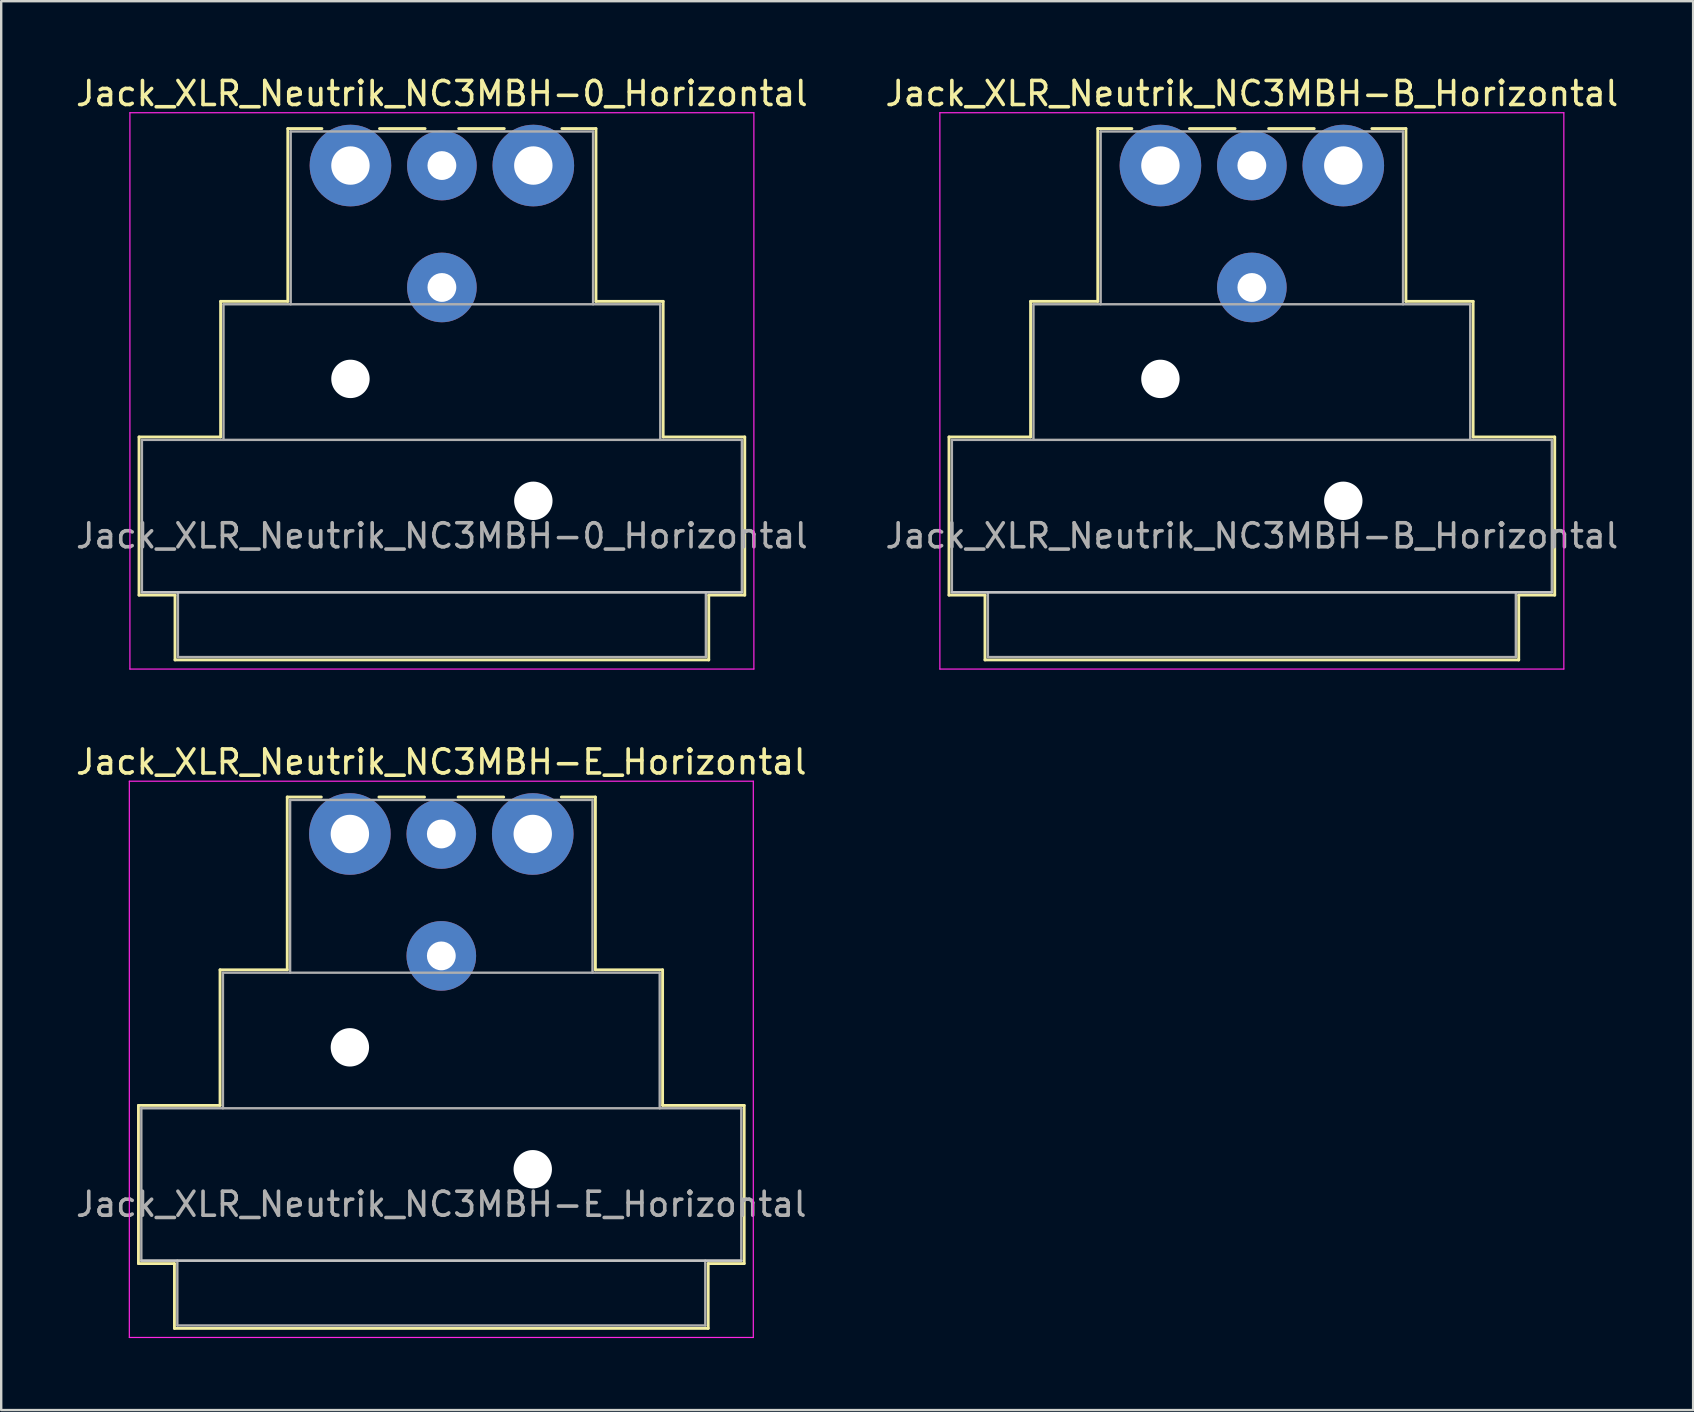
<source format=kicad_pcb>
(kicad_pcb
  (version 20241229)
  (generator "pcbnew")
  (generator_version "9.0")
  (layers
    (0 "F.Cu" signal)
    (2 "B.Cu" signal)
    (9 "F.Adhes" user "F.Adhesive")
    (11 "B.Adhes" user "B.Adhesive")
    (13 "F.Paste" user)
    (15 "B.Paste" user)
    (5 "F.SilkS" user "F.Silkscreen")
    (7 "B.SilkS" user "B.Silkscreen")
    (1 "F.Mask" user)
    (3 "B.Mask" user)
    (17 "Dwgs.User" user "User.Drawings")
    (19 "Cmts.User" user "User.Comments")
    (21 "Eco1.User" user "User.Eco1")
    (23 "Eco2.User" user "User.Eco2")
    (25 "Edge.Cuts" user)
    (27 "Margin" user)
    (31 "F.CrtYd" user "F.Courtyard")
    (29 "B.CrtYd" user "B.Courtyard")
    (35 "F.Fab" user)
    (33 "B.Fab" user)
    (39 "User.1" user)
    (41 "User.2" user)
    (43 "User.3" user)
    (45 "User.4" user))
  (footprint "Jack_XLR_Neutrik_NC3MBH-E_Horizontal"
    (layer "F.Cu")
    (at 11.529 31.701)
    (property "Reference" "Jack_XLR_Neutrik_NC3MBH-E_Horizontal" (at 3.81 -3 0) (layer "F.SilkS") (effects (font (size 1 1) (thickness 0.15))))
    (attr through_hole)
    (fp_line (start -8.81 11.31) (end -5.41 11.31) (stroke (width 0.12) (type solid)) (layer "F.SilkS"))
    (fp_line (start -8.81 17.9) (end -8.81 11.31) (stroke (width 0.12) (type solid)) (layer "F.SilkS"))
    (fp_line (start -7.31 17.9) (end -8.81 17.9) (stroke (width 0.12) (type solid)) (layer "F.SilkS"))
    (fp_line (start -7.31 17.9) (end -7.31 20.6) (stroke (width 0.12) (type solid)) (layer "F.SilkS"))
    (fp_line (start -5.41 11.31) (end -5.41 5.66) (stroke (width 0.12) (type solid)) (layer "F.SilkS"))
    (fp_line (start -2.61 5.66) (end -5.41 5.66) (stroke (width 0.12) (type solid)) (layer "F.SilkS"))
    (fp_line (start -2.61 5.66) (end -2.61 -1.54) (stroke (width 0.12) (type solid)) (layer "F.SilkS"))
    (fp_line (start -1.19 -1.54) (end -2.61 -1.54) (stroke (width 0.12) (type solid)) (layer "F.SilkS"))
    (fp_line (start 3.11 -1.54) (end 1.21 -1.54) (stroke (width 0.12) (type solid)) (layer "F.SilkS"))
    (fp_line (start 4.51 -1.54) (end 6.41 -1.54) (stroke (width 0.12) (type solid)) (layer "F.SilkS"))
    (fp_line (start 10.23 -1.54) (end 8.81 -1.54) (stroke (width 0.12) (type solid)) (layer "F.SilkS"))
    (fp_line (start 10.23 5.66) (end 10.23 -1.54) (stroke (width 0.12) (type solid)) (layer "F.SilkS"))
    (fp_line (start 10.23 5.66) (end 13.03 5.66) (stroke (width 0.12) (type solid)) (layer "F.SilkS"))
    (fp_line (start 13.03 11.31) (end 13.03 5.66) (stroke (width 0.12) (type solid)) (layer "F.SilkS"))
    (fp_line (start 13.03 11.31) (end 16.43 11.31) (stroke (width 0.12) (type solid)) (layer "F.SilkS"))
    (fp_line (start 14.93 17.9) (end 14.93 20.6) (stroke (width 0.12) (type solid)) (layer "F.SilkS"))
    (fp_line (start 14.93 20.6) (end -7.31 20.6) (stroke (width 0.12) (type solid)) (layer "F.SilkS"))
    (fp_line (start 16.43 17.9) (end 14.93 17.9) (stroke (width 0.12) (type solid)) (layer "F.SilkS"))
    (fp_line (start 16.43 17.9) (end 16.43 11.31) (stroke (width 0.12) (type solid)) (layer "F.SilkS"))
    (fp_line (start 16.31 17.78) (end -8.69 17.78) (stroke (width 0.1) (type solid)) (layer "Dwgs.User"))
    (fp_line (start -9.19 20.98) (end -9.19 -2.2) (stroke (width 0.05) (type solid)) (layer "F.CrtYd"))
    (fp_line (start 16.81 -2.2) (end -9.19 -2.2) (stroke (width 0.05) (type solid)) (layer "F.CrtYd"))
    (fp_line (start 16.81 20.98) (end -9.19 20.98) (stroke (width 0.05) (type solid)) (layer "F.CrtYd"))
    (fp_line (start 16.81 20.98) (end 16.81 -2.2) (stroke (width 0.05) (type solid)) (layer "F.CrtYd"))
    (fp_line (start -8.69 11.43) (end 16.31 11.43) (stroke (width 0.1) (type solid)) (layer "F.Fab"))
    (fp_line (start -8.69 17.78) (end -8.69 11.4) (stroke (width 0.1) (type solid)) (layer "F.Fab"))
    (fp_line (start -7.19 20.48) (end -7.19 17.78) (stroke (width 0.1) (type solid)) (layer "F.Fab"))
    (fp_line (start -5.29 5.78) (end -5.29 11.43) (stroke (width 0.1) (type solid)) (layer "F.Fab"))
    (fp_line (start -5.29 5.78) (end 12.91 5.78) (stroke (width 0.1) (type solid)) (layer "F.Fab"))
    (fp_line (start -2.49 5.78) (end -2.49 -1.42) (stroke (width 0.1) (type solid)) (layer "F.Fab"))
    (fp_line (start 10.11 -1.42) (end -2.49 -1.42) (stroke (width 0.1) (type solid)) (layer "F.Fab"))
    (fp_line (start 10.11 5.78) (end 10.11 -1.42) (stroke (width 0.1) (type solid)) (layer "F.Fab"))
    (fp_line (start 12.91 11.43) (end 12.91 5.78) (stroke (width 0.1) (type solid)) (layer "F.Fab"))
    (fp_line (start 14.81 17.78) (end 14.81 20.48) (stroke (width 0.1) (type solid)) (layer "F.Fab"))
    (fp_line (start 14.81 20.48) (end -7.19 20.48) (stroke (width 0.1) (type solid)) (layer "F.Fab"))
    (fp_line (start 16.31 11.43) (end 16.31 17.78) (stroke (width 0.1) (type solid)) (layer "F.Fab"))
    (fp_line (start 16.31 17.78) (end -8.69 17.78) (stroke (width 0.1) (type solid)) (layer "F.Fab"))
    (fp_text user "${REFERENCE}" (at 3.81 15.43 0) (layer "F.Fab") (effects (font (size 1 1) (thickness 0.15))))
    (pad "" np_thru_hole circle (at 0 8.89) (size 1.6 1.6) (drill 1.6) (layers "*.Cu" "*.Mask"))
    (pad "" np_thru_hole circle (at 7.62 13.97) (size 1.6 1.6) (drill 1.6) (layers "*.Cu" "*.Mask"))
    (pad "1" thru_hole circle (at 0 0) (size 3.4 3.4) (drill 1.6) (layers "*.Cu" "*.Mask"))
    (pad "2" thru_hole circle (at 7.62 0) (size 3.4 3.4) (drill 1.6) (layers "*.Cu" "*.Mask"))
    (pad "3" thru_hole circle (at 3.81 0) (size 2.9 2.9) (drill 1.2) (layers "*.Cu" "*.Mask"))
    (pad "G" thru_hole circle (at 3.81 5.08) (size 2.9 2.9) (drill 1.2) (layers "*.Cu" "*.Mask")))
  (footprint "Jack_XLR_Neutrik_NC3MBH-B_Horizontal"
    (layer "F.Cu")
    (at 45.303 3.848)
    (property "Reference" "Jack_XLR_Neutrik_NC3MBH-B_Horizontal" (at 3.81 -3 0) (layer "F.SilkS") (effects (font (size 1 1) (thickness 0.15))))
    (attr through_hole)
    (fp_line (start -8.81 11.31) (end -5.41 11.31) (stroke (width 0.12) (type solid)) (layer "F.SilkS"))
    (fp_line (start -8.81 17.9) (end -8.81 11.31) (stroke (width 0.12) (type solid)) (layer "F.SilkS"))
    (fp_line (start -7.31 17.9) (end -8.81 17.9) (stroke (width 0.12) (type solid)) (layer "F.SilkS"))
    (fp_line (start -7.31 17.9) (end -7.31 20.6) (stroke (width 0.12) (type solid)) (layer "F.SilkS"))
    (fp_line (start -5.41 11.31) (end -5.41 5.66) (stroke (width 0.12) (type solid)) (layer "F.SilkS"))
    (fp_line (start -2.61 5.66) (end -5.41 5.66) (stroke (width 0.12) (type solid)) (layer "F.SilkS"))
    (fp_line (start -2.61 5.66) (end -2.61 -1.54) (stroke (width 0.12) (type solid)) (layer "F.SilkS"))
    (fp_line (start -1.19 -1.54) (end -2.61 -1.54) (stroke (width 0.12) (type solid)) (layer "F.SilkS"))
    (fp_line (start 3.11 -1.54) (end 1.21 -1.54) (stroke (width 0.12) (type solid)) (layer "F.SilkS"))
    (fp_line (start 4.51 -1.54) (end 6.41 -1.54) (stroke (width 0.12) (type solid)) (layer "F.SilkS"))
    (fp_line (start 10.23 -1.54) (end 8.81 -1.54) (stroke (width 0.12) (type solid)) (layer "F.SilkS"))
    (fp_line (start 10.23 5.66) (end 10.23 -1.54) (stroke (width 0.12) (type solid)) (layer "F.SilkS"))
    (fp_line (start 10.23 5.66) (end 13.03 5.66) (stroke (width 0.12) (type solid)) (layer "F.SilkS"))
    (fp_line (start 13.03 11.31) (end 13.03 5.66) (stroke (width 0.12) (type solid)) (layer "F.SilkS"))
    (fp_line (start 13.03 11.31) (end 16.43 11.31) (stroke (width 0.12) (type solid)) (layer "F.SilkS"))
    (fp_line (start 14.93 17.9) (end 14.93 20.6) (stroke (width 0.12) (type solid)) (layer "F.SilkS"))
    (fp_line (start 14.93 20.6) (end -7.31 20.6) (stroke (width 0.12) (type solid)) (layer "F.SilkS"))
    (fp_line (start 16.43 17.9) (end 14.93 17.9) (stroke (width 0.12) (type solid)) (layer "F.SilkS"))
    (fp_line (start 16.43 17.9) (end 16.43 11.31) (stroke (width 0.12) (type solid)) (layer "F.SilkS"))
    (fp_line (start 16.31 17.78) (end -8.69 17.78) (stroke (width 0.1) (type solid)) (layer "Dwgs.User"))
    (fp_line (start -9.19 20.98) (end -9.19 -2.2) (stroke (width 0.05) (type solid)) (layer "F.CrtYd"))
    (fp_line (start 16.81 -2.2) (end -9.19 -2.2) (stroke (width 0.05) (type solid)) (layer "F.CrtYd"))
    (fp_line (start 16.81 20.98) (end -9.19 20.98) (stroke (width 0.05) (type solid)) (layer "F.CrtYd"))
    (fp_line (start 16.81 20.98) (end 16.81 -2.2) (stroke (width 0.05) (type solid)) (layer "F.CrtYd"))
    (fp_line (start -8.69 11.43) (end 16.31 11.43) (stroke (width 0.1) (type solid)) (layer "F.Fab"))
    (fp_line (start -8.69 17.78) (end -8.69 11.43) (stroke (width 0.1) (type solid)) (layer "F.Fab"))
    (fp_line (start -7.19 20.48) (end -7.19 17.78) (stroke (width 0.1) (type solid)) (layer "F.Fab"))
    (fp_line (start -5.29 5.78) (end -5.29 11.43) (stroke (width 0.1) (type solid)) (layer "F.Fab"))
    (fp_line (start -5.29 5.78) (end 12.91 5.78) (stroke (width 0.1) (type solid)) (layer "F.Fab"))
    (fp_line (start -2.49 5.78) (end -2.49 -1.42) (stroke (width 0.1) (type solid)) (layer "F.Fab"))
    (fp_line (start 10.11 -1.42) (end -2.49 -1.42) (stroke (width 0.1) (type solid)) (layer "F.Fab"))
    (fp_line (start 10.11 5.78) (end 10.11 -1.42) (stroke (width 0.1) (type solid)) (layer "F.Fab"))
    (fp_line (start 12.91 11.43) (end 12.91 5.78) (stroke (width 0.1) (type solid)) (layer "F.Fab"))
    (fp_line (start 14.81 17.78) (end 14.81 20.48) (stroke (width 0.1) (type solid)) (layer "F.Fab"))
    (fp_line (start 14.81 20.48) (end -7.19 20.48) (stroke (width 0.1) (type solid)) (layer "F.Fab"))
    (fp_line (start 16.31 11.43) (end 16.31 17.78) (stroke (width 0.1) (type solid)) (layer "F.Fab"))
    (fp_line (start 16.31 17.78) (end -8.69 17.78) (stroke (width 0.1) (type solid)) (layer "F.Fab"))
    (fp_text user "${REFERENCE}" (at 3.81 15.43 0) (layer "F.Fab") (effects (font (size 1 1) (thickness 0.15))))
    (pad "" np_thru_hole circle (at 0 8.89) (size 1.6 1.6) (drill 1.6) (layers "*.Cu" "*.Mask"))
    (pad "" np_thru_hole circle (at 7.62 13.97) (size 1.6 1.6) (drill 1.6) (layers "*.Cu" "*.Mask"))
    (pad "1" thru_hole circle (at 0 0) (size 3.4 3.4) (drill 1.6) (layers "*.Cu" "*.Mask"))
    (pad "2" thru_hole circle (at 7.62 0) (size 3.4 3.4) (drill 1.6) (layers "*.Cu" "*.Mask"))
    (pad "3" thru_hole circle (at 3.81 0) (size 2.9 2.9) (drill 1.2) (layers "*.Cu" "*.Mask"))
    (pad "G" thru_hole circle (at 3.81 5.08) (size 2.9 2.9) (drill 1.2) (layers "*.Cu" "*.Mask")))
  (footprint "Jack_XLR_Neutrik_NC3MBH-0_Horizontal"
    (layer "F.Cu")
    (at 11.553 3.848)
    (property "Reference" "Jack_XLR_Neutrik_NC3MBH-0_Horizontal" (at 3.81 -3 0) (layer "F.SilkS") (effects (font (size 1 1) (thickness 0.15))))
    (attr through_hole)
    (fp_line (start -8.81 11.31) (end -5.41 11.31) (stroke (width 0.12) (type solid)) (layer "F.SilkS"))
    (fp_line (start -8.81 17.9) (end -8.81 11.31) (stroke (width 0.12) (type solid)) (layer "F.SilkS"))
    (fp_line (start -7.31 17.9) (end -8.81 17.9) (stroke (width 0.12) (type solid)) (layer "F.SilkS"))
    (fp_line (start -7.31 17.9) (end -7.31 20.6) (stroke (width 0.12) (type solid)) (layer "F.SilkS"))
    (fp_line (start -5.41 11.31) (end -5.41 5.66) (stroke (width 0.12) (type solid)) (layer "F.SilkS"))
    (fp_line (start -2.61 5.66) (end -5.41 5.66) (stroke (width 0.12) (type solid)) (layer "F.SilkS"))
    (fp_line (start -2.61 5.66) (end -2.61 -1.54) (stroke (width 0.12) (type solid)) (layer "F.SilkS"))
    (fp_line (start -1.19 -1.54) (end -2.61 -1.54) (stroke (width 0.12) (type solid)) (layer "F.SilkS"))
    (fp_line (start 3.11 -1.54) (end 1.21 -1.54) (stroke (width 0.12) (type solid)) (layer "F.SilkS"))
    (fp_line (start 4.51 -1.54) (end 6.41 -1.54) (stroke (width 0.12) (type solid)) (layer "F.SilkS"))
    (fp_line (start 10.23 -1.54) (end 8.81 -1.54) (stroke (width 0.12) (type solid)) (layer "F.SilkS"))
    (fp_line (start 10.23 5.66) (end 10.23 -1.54) (stroke (width 0.12) (type solid)) (layer "F.SilkS"))
    (fp_line (start 10.23 5.66) (end 13.03 5.66) (stroke (width 0.12) (type solid)) (layer "F.SilkS"))
    (fp_line (start 13.03 11.31) (end 13.03 5.66) (stroke (width 0.12) (type solid)) (layer "F.SilkS"))
    (fp_line (start 13.03 11.31) (end 16.43 11.31) (stroke (width 0.12) (type solid)) (layer "F.SilkS"))
    (fp_line (start 14.93 17.9) (end 14.93 20.6) (stroke (width 0.12) (type solid)) (layer "F.SilkS"))
    (fp_line (start 14.93 20.6) (end -7.31 20.6) (stroke (width 0.12) (type solid)) (layer "F.SilkS"))
    (fp_line (start 16.43 17.9) (end 14.93 17.9) (stroke (width 0.12) (type solid)) (layer "F.SilkS"))
    (fp_line (start 16.43 17.9) (end 16.43 11.31) (stroke (width 0.12) (type solid)) (layer "F.SilkS"))
    (fp_line (start 16.31 17.78) (end -8.69 17.78) (stroke (width 0.1) (type solid)) (layer "Dwgs.User"))
    (fp_line (start -9.19 20.98) (end -9.19 -2.2) (stroke (width 0.05) (type solid)) (layer "F.CrtYd"))
    (fp_line (start 16.81 -2.2) (end -9.19 -2.2) (stroke (width 0.05) (type solid)) (layer "F.CrtYd"))
    (fp_line (start 16.81 20.98) (end -9.19 20.98) (stroke (width 0.05) (type solid)) (layer "F.CrtYd"))
    (fp_line (start 16.81 20.98) (end 16.81 -2.2) (stroke (width 0.05) (type solid)) (layer "F.CrtYd"))
    (fp_line (start -8.69 11.43) (end 16.31 11.43) (stroke (width 0.1) (type solid)) (layer "F.Fab"))
    (fp_line (start -8.69 17.78) (end -8.69 11.43) (stroke (width 0.1) (type solid)) (layer "F.Fab"))
    (fp_line (start -7.19 20.48) (end -7.19 17.78) (stroke (width 0.1) (type solid)) (layer "F.Fab"))
    (fp_line (start -5.29 5.78) (end -5.29 11.43) (stroke (width 0.1) (type solid)) (layer "F.Fab"))
    (fp_line (start -5.29 5.78) (end 12.91 5.78) (stroke (width 0.1) (type solid)) (layer "F.Fab"))
    (fp_line (start -2.49 5.78) (end -2.49 -1.42) (stroke (width 0.1) (type solid)) (layer "F.Fab"))
    (fp_line (start 10.11 -1.42) (end -2.49 -1.42) (stroke (width 0.1) (type solid)) (layer "F.Fab"))
    (fp_line (start 10.11 5.78) (end 10.11 -1.42) (stroke (width 0.1) (type solid)) (layer "F.Fab"))
    (fp_line (start 12.91 11.43) (end 12.91 5.78) (stroke (width 0.1) (type solid)) (layer "F.Fab"))
    (fp_line (start 14.81 17.78) (end 14.81 20.48) (stroke (width 0.1) (type solid)) (layer "F.Fab"))
    (fp_line (start 14.81 20.48) (end -7.19 20.48) (stroke (width 0.1) (type solid)) (layer "F.Fab"))
    (fp_line (start 16.31 11.43) (end 16.31 17.78) (stroke (width 0.1) (type solid)) (layer "F.Fab"))
    (fp_line (start 16.31 17.78) (end -8.69 17.78) (stroke (width 0.1) (type solid)) (layer "F.Fab"))
    (fp_text user "${REFERENCE}" (at 3.81 15.43 0) (layer "F.Fab") (effects (font (size 1 1) (thickness 0.15))))
    (pad "" np_thru_hole circle (at 0 8.89) (size 1.6 1.6) (drill 1.6) (layers "*.Cu" "*.Mask"))
    (pad "" np_thru_hole circle (at 7.62 13.97) (size 1.6 1.6) (drill 1.6) (layers "*.Cu" "*.Mask"))
    (pad "1" thru_hole circle (at 0 0) (size 3.4 3.4) (drill 1.6) (layers "*.Cu" "*.Mask"))
    (pad "2" thru_hole circle (at 7.62 0) (size 3.4 3.4) (drill 1.6) (layers "*.Cu" "*.Mask"))
    (pad "3" thru_hole circle (at 3.81 0) (size 2.9 2.9) (drill 1.2) (layers "*.Cu" "*.Mask"))
    (pad "G" thru_hole circle (at 3.81 5.08) (size 2.9 2.9) (drill 1.2) (layers "*.Cu" "*.Mask")))
  (gr_rect
    (start -3 -3)
    (end 67.5 55.706)
    (stroke (width 0.1) (type default))
    (fill no)
    (layer "Edge.Cuts")))
</source>
